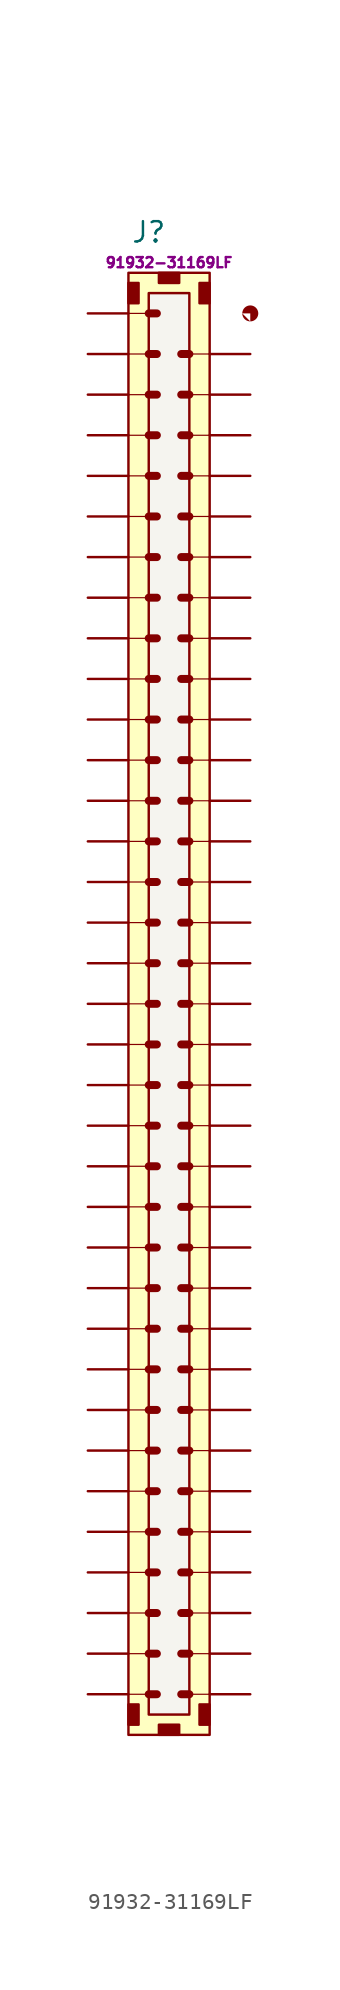
<source format=kicad_sym>
(kicad_symbol_lib
  (version 20220914)
  (generator kicad_symbol_editor)
  (symbol "91932-31169LF"
    (pin_numbers hide)
    (pin_names hide)
    (property "Reference" "J"
      (at -1.27 48.26 0)
      (effects (font (size 1.27 1.27))))
    (property "Mfr PN" "91932-31169LF"
      (at 0 46.355 0)
      (effects (font (size 0.635 0.635))))
    (symbol "91932-31169LF_1_0"
      (pin passive line (at -5.08 -38.1 0) (length 2.54) (name "37" (effects (font (size 1.27 1.27)))) (number "37" (effects (font (size 1.27 1.27)))))
      (pin passive line (at -5.08 -35.56 0) (length 2.54) (name "38" (effects (font (size 1.27 1.27)))) (number "38" (effects (font (size 1.27 1.27)))))
      (pin passive line (at -5.08 -33.02 0) (length 2.54) (name "39" (effects (font (size 1.27 1.27)))) (number "39" (effects (font (size 1.27 1.27)))))
      (pin passive line (at -5.08 -30.48 0) (length 2.54) (name "40" (effects (font (size 1.27 1.27)))) (number "40" (effects (font (size 1.27 1.27)))))
      (pin passive line (at -5.08 -27.94 0) (length 2.54) (name "41" (effects (font (size 1.27 1.27)))) (number "41" (effects (font (size 1.27 1.27)))))
      (pin passive line (at -5.08 -25.4 0) (length 2.54) (name "42" (effects (font (size 1.27 1.27)))) (number "42" (effects (font (size 1.27 1.27)))))
      (pin passive line (at -5.08 -22.86 0) (length 2.54) (name "43" (effects (font (size 1.27 1.27)))) (number "43" (effects (font (size 1.27 1.27)))))
      (pin passive line (at -5.08 -20.32 0) (length 2.54) (name "44" (effects (font (size 1.27 1.27)))) (number "44" (effects (font (size 1.27 1.27)))))
      (pin passive line (at -5.08 -17.78 0) (length 2.54) (name "45" (effects (font (size 1.27 1.27)))) (number "45" (effects (font (size 1.27 1.27)))))
      (pin passive line (at -5.08 -15.24 0) (length 2.54) (name "46" (effects (font (size 1.27 1.27)))) (number "46" (effects (font (size 1.27 1.27)))))
      (pin passive line (at -5.08 -12.7 0) (length 2.54) (name "47" (effects (font (size 1.27 1.27)))) (number "47" (effects (font (size 1.27 1.27)))))
      (pin passive line (at -5.08 -10.16 0) (length 2.54) (name "48" (effects (font (size 1.27 1.27)))) (number "48" (effects (font (size 1.27 1.27)))))
      (pin passive line (at -5.08 -7.62 0) (length 2.54) (name "49" (effects (font (size 1.27 1.27)))) (number "49" (effects (font (size 1.27 1.27)))))
      (pin passive line (at -5.08 -5.08 0) (length 2.54) (name "50" (effects (font (size 1.27 1.27)))) (number "50" (effects (font (size 1.27 1.27)))))
      (pin passive line (at -5.08 -2.54 0) (length 2.54) (name "51" (effects (font (size 1.27 1.27)))) (number "51" (effects (font (size 1.27 1.27)))))
      (pin passive line (at -5.08 0 0) (length 2.54) (name "52" (effects (font (size 1.27 1.27)))) (number "52" (effects (font (size 1.27 1.27)))))
      (pin passive line (at -5.08 2.54 0) (length 2.54) (name "53" (effects (font (size 1.27 1.27)))) (number "53" (effects (font (size 1.27 1.27)))))
      (pin passive line (at -5.08 5.08 0) (length 2.54) (name "54" (effects (font (size 1.27 1.27)))) (number "54" (effects (font (size 1.27 1.27)))))
      (pin passive line (at -5.08 7.62 0) (length 2.54) (name "55" (effects (font (size 1.27 1.27)))) (number "55" (effects (font (size 1.27 1.27)))))
      (pin passive line (at -5.08 10.16 0) (length 2.54) (name "56" (effects (font (size 1.27 1.27)))) (number "56" (effects (font (size 1.27 1.27)))))
      (pin passive line (at -5.08 12.7 0) (length 2.54) (name "57" (effects (font (size 1.27 1.27)))) (number "57" (effects (font (size 1.27 1.27)))))
      (pin passive line (at -5.08 15.24 0) (length 2.54) (name "58" (effects (font (size 1.27 1.27)))) (number "58" (effects (font (size 1.27 1.27)))))
      (pin passive line (at -5.08 17.78 0) (length 2.54) (name "59" (effects (font (size 1.27 1.27)))) (number "59" (effects (font (size 1.27 1.27)))))
      (pin passive line (at -5.08 20.32 0) (length 2.54) (name "60" (effects (font (size 1.27 1.27)))) (number "60" (effects (font (size 1.27 1.27)))))
      (pin passive line (at -5.08 22.86 0) (length 2.54) (name "61" (effects (font (size 1.27 1.27)))) (number "61" (effects (font (size 1.27 1.27)))))
      (pin passive line (at -5.08 25.4 0) (length 2.54) (name "62" (effects (font (size 1.27 1.27)))) (number "62" (effects (font (size 1.27 1.27)))))
      (pin passive line (at -5.08 27.94 0) (length 2.54) (name "63" (effects (font (size 1.27 1.27)))) (number "63" (effects (font (size 1.27 1.27)))))
      (pin passive line (at -5.08 30.48 0) (length 2.54) (name "64" (effects (font (size 1.27 1.27)))) (number "64" (effects (font (size 1.27 1.27)))))
      (pin passive line (at -5.08 33.02 0) (length 2.54) (name "65" (effects (font (size 1.27 1.27)))) (number "65" (effects (font (size 1.27 1.27)))))
      (pin passive line (at -5.08 35.56 0) (length 2.54) (name "66" (effects (font (size 1.27 1.27)))) (number "66" (effects (font (size 1.27 1.27)))))
      (pin passive line (at -5.08 38.1 0) (length 2.54) (name "67" (effects (font (size 1.27 1.27)))) (number "67" (effects (font (size 1.27 1.27)))))
      (pin passive line (at -5.08 40.64 0) (length 2.54) (name "68" (effects (font (size 1.27 1.27)))) (number "68" (effects (font (size 1.27 1.27)))))
      (pin passive line (at -5.08 43.18 0) (length 2.54) (name "69" (effects (font (size 1.27 1.27)))) (number "69" (effects (font (size 1.27 1.27))))))
    (symbol "91932-31169LF_1_1"
      (rectangle (start -2.54 45.085) (end -1.905 43.815) (stroke (width 0) (type default)) (fill (type outline)))
      (rectangle (start -2.54 45.72) (end 2.54 -45.72) (stroke (width 0) (type default)) (fill (type background)))
      (rectangle (start -1.905 -45.085) (end -2.54 -43.815) (stroke (width 0) (type default)) (fill (type outline)))
      (rectangle (start -1.27 44.45) (end 1.27 -44.45) (stroke (width 0) (type default)) (fill (type color) (color 245 244 239 1)))
      (rectangle (start -0.635 -45.72) (end 0.635 -45.085) (stroke (width 0) (type default)) (fill (type outline)))
      (polyline (pts (xy -2.54 -43.18) (xy -1.27 -43.18)) (stroke (width 0.075) (type default)) (fill (type none)))
      (polyline (pts (xy -2.54 -40.64) (xy -1.27 -40.64)) (stroke (width 0.075) (type default)) (fill (type none)))
      (polyline (pts (xy -2.54 -38.1) (xy -1.27 -38.1)) (stroke (width 0.075) (type default)) (fill (type none)))
      (polyline (pts (xy -2.54 -35.56) (xy -1.27 -35.56)) (stroke (width 0.075) (type default)) (fill (type none)))
      (polyline (pts (xy -2.54 -33.02) (xy -1.27 -33.02)) (stroke (width 0.075) (type default)) (fill (type none)))
      (polyline (pts (xy -2.54 -30.48) (xy -1.27 -30.48)) (stroke (width 0.075) (type default)) (fill (type none)))
      (polyline (pts (xy -2.54 -27.94) (xy -1.27 -27.94)) (stroke (width 0.075) (type default)) (fill (type none)))
      (polyline (pts (xy -2.54 -25.4) (xy -1.27 -25.4)) (stroke (width 0.075) (type default)) (fill (type none)))
      (polyline (pts (xy -2.54 -22.86) (xy -1.27 -22.86)) (stroke (width 0.075) (type default)) (fill (type none)))
      (polyline (pts (xy -2.54 -20.32) (xy -1.27 -20.32)) (stroke (width 0.075) (type default)) (fill (type none)))
      (polyline (pts (xy -2.54 -17.78) (xy -1.27 -17.78)) (stroke (width 0.075) (type default)) (fill (type none)))
      (polyline (pts (xy -2.54 -15.24) (xy -1.27 -15.24)) (stroke (width 0.075) (type default)) (fill (type none)))
      (polyline (pts (xy -2.54 -12.7) (xy -1.27 -12.7)) (stroke (width 0.075) (type default)) (fill (type none)))
      (polyline (pts (xy -2.54 -10.16) (xy -1.27 -10.16)) (stroke (width 0.075) (type default)) (fill (type none)))
      (polyline (pts (xy -2.54 -7.62) (xy -1.27 -7.62)) (stroke (width 0.075) (type default)) (fill (type none)))
      (polyline (pts (xy -2.54 -5.08) (xy -1.27 -5.08)) (stroke (width 0.075) (type default)) (fill (type none)))
      (polyline (pts (xy -2.54 -2.54) (xy -1.27 -2.54)) (stroke (width 0.075) (type default)) (fill (type none)))
      (polyline (pts (xy -2.54 0) (xy -1.27 0)) (stroke (width 0.075) (type default)) (fill (type none)))
      (polyline (pts (xy -2.54 2.54) (xy -1.27 2.54)) (stroke (width 0.075) (type default)) (fill (type none)))
      (polyline (pts (xy -2.54 5.08) (xy -1.27 5.08)) (stroke (width 0.075) (type default)) (fill (type none)))
      (polyline (pts (xy -2.54 7.62) (xy -1.27 7.62)) (stroke (width 0.075) (type default)) (fill (type none)))
      (polyline (pts (xy -2.54 10.16) (xy -1.27 10.16)) (stroke (width 0.075) (type default)) (fill (type none)))
      (polyline (pts (xy -2.54 12.7) (xy -1.27 12.7)) (stroke (width 0.075) (type default)) (fill (type none)))
      (polyline (pts (xy -2.54 15.24) (xy -1.27 15.24)) (stroke (width 0.075) (type default)) (fill (type none)))
      (polyline (pts (xy -2.54 17.78) (xy -1.27 17.78)) (stroke (width 0.075) (type default)) (fill (type none)))
      (polyline (pts (xy -2.54 20.32) (xy -1.27 20.32)) (stroke (width 0.075) (type default)) (fill (type none)))
      (polyline (pts (xy -2.54 22.86) (xy -1.27 22.86)) (stroke (width 0.075) (type default)) (fill (type none)))
      (polyline (pts (xy -2.54 25.4) (xy -1.27 25.4)) (stroke (width 0.075) (type default)) (fill (type none)))
      (polyline (pts (xy -2.54 27.94) (xy -1.27 27.94)) (stroke (width 0.075) (type default)) (fill (type none)))
      (polyline (pts (xy -2.54 30.48) (xy -1.27 30.48)) (stroke (width 0.075) (type default)) (fill (type none)))
      (polyline (pts (xy -2.54 33.02) (xy -1.27 33.02)) (stroke (width 0.075) (type default)) (fill (type none)))
      (polyline (pts (xy -2.54 35.56) (xy -1.27 35.56)) (stroke (width 0.075) (type default)) (fill (type none)))
      (polyline (pts (xy -2.54 38.1) (xy -1.27 38.1)) (stroke (width 0.075) (type default)) (fill (type none)))
      (polyline (pts (xy -2.54 40.64) (xy -1.27 40.64)) (stroke (width 0.075) (type default)) (fill (type none)))
      (polyline (pts (xy -2.54 43.18) (xy -1.27 43.18)) (stroke (width 0.075) (type default)) (fill (type none)))
      (polyline (pts (xy -1.27 -43.18) (xy -0.762 -43.18)) (stroke (width 0.5) (type default)) (fill (type none)))
      (polyline (pts (xy -1.27 -40.64) (xy -0.762 -40.64)) (stroke (width 0.5) (type default)) (fill (type none)))
      (polyline (pts (xy -1.27 -38.1) (xy -0.762 -38.1)) (stroke (width 0.5) (type default)) (fill (type none)))
      (polyline (pts (xy -1.27 -35.56) (xy -0.762 -35.56)) (stroke (width 0.5) (type default)) (fill (type none)))
      (polyline (pts (xy -1.27 -33.02) (xy -0.762 -33.02)) (stroke (width 0.5) (type default)) (fill (type none)))
      (polyline (pts (xy -1.27 -30.48) (xy -0.762 -30.48)) (stroke (width 0.5) (type default)) (fill (type none)))
      (polyline (pts (xy -1.27 -27.94) (xy -0.762 -27.94)) (stroke (width 0.5) (type default)) (fill (type none)))
      (polyline (pts (xy -1.27 -25.4) (xy -0.762 -25.4)) (stroke (width 0.5) (type default)) (fill (type none)))
      (polyline (pts (xy -1.27 -22.86) (xy -0.762 -22.86)) (stroke (width 0.5) (type default)) (fill (type none)))
      (polyline (pts (xy -1.27 -20.32) (xy -0.762 -20.32)) (stroke (width 0.5) (type default)) (fill (type none)))
      (polyline (pts (xy -1.27 -17.78) (xy -0.762 -17.78)) (stroke (width 0.5) (type default)) (fill (type none)))
      (polyline (pts (xy -1.27 -15.24) (xy -0.762 -15.24)) (stroke (width 0.5) (type default)) (fill (type none)))
      (polyline (pts (xy -1.27 -12.7) (xy -0.762 -12.7)) (stroke (width 0.5) (type default)) (fill (type none)))
      (polyline (pts (xy -1.27 -10.16) (xy -0.762 -10.16)) (stroke (width 0.5) (type default)) (fill (type none)))
      (polyline (pts (xy -1.27 -7.62) (xy -0.762 -7.62)) (stroke (width 0.5) (type default)) (fill (type none)))
      (polyline (pts (xy -1.27 -5.08) (xy -0.762 -5.08)) (stroke (width 0.5) (type default)) (fill (type none)))
      (polyline (pts (xy -1.27 -2.54) (xy -0.762 -2.54)) (stroke (width 0.5) (type default)) (fill (type none)))
      (polyline (pts (xy -1.27 0) (xy -0.762 0)) (stroke (width 0.5) (type default)) (fill (type none)))
      (polyline (pts (xy -1.27 2.54) (xy -0.762 2.54)) (stroke (width 0.5) (type default)) (fill (type none)))
      (polyline (pts (xy -1.27 5.08) (xy -0.762 5.08)) (stroke (width 0.5) (type default)) (fill (type none)))
      (polyline (pts (xy -1.27 7.62) (xy -0.762 7.62)) (stroke (width 0.5) (type default)) (fill (type none)))
      (polyline (pts (xy -1.27 10.16) (xy -0.762 10.16)) (stroke (width 0.5) (type default)) (fill (type none)))
      (polyline (pts (xy -1.27 12.7) (xy -0.762 12.7)) (stroke (width 0.5) (type default)) (fill (type none)))
      (polyline (pts (xy -1.27 15.24) (xy -0.762 15.24)) (stroke (width 0.5) (type default)) (fill (type none)))
      (polyline (pts (xy -1.27 17.78) (xy -0.762 17.78)) (stroke (width 0.5) (type default)) (fill (type none)))
      (polyline (pts (xy -1.27 20.32) (xy -0.762 20.32)) (stroke (width 0.5) (type default)) (fill (type none)))
      (polyline (pts (xy -1.27 22.86) (xy -0.762 22.86)) (stroke (width 0.5) (type default)) (fill (type none)))
      (polyline (pts (xy -1.27 25.4) (xy -0.762 25.4)) (stroke (width 0.5) (type default)) (fill (type none)))
      (polyline (pts (xy -1.27 27.94) (xy -0.762 27.94)) (stroke (width 0.5) (type default)) (fill (type none)))
      (polyline (pts (xy -1.27 30.48) (xy -0.762 30.48)) (stroke (width 0.5) (type default)) (fill (type none)))
      (polyline (pts (xy -1.27 33.02) (xy -0.762 33.02)) (stroke (width 0.5) (type default)) (fill (type none)))
      (polyline (pts (xy -1.27 35.56) (xy -0.762 35.56)) (stroke (width 0.5) (type default)) (fill (type none)))
      (polyline (pts (xy -1.27 38.1) (xy -0.762 38.1)) (stroke (width 0.5) (type default)) (fill (type none)))
      (polyline (pts (xy -1.27 40.64) (xy -0.762 40.64)) (stroke (width 0.5) (type default)) (fill (type none)))
      (polyline (pts (xy -1.27 43.18) (xy -0.762 43.18)) (stroke (width 0.5) (type default)) (fill (type none)))
      (polyline (pts (xy 1.27 -43.18) (xy 0.762 -43.18)) (stroke (width 0.5) (type default)) (fill (type none)))
      (polyline (pts (xy 1.27 -40.64) (xy 0.762 -40.64)) (stroke (width 0.5) (type default)) (fill (type none)))
      (polyline (pts (xy 1.27 -38.1) (xy 0.762 -38.1)) (stroke (width 0.5) (type default)) (fill (type none)))
      (polyline (pts (xy 1.27 -35.56) (xy 0.762 -35.56)) (stroke (width 0.5) (type default)) (fill (type none)))
      (polyline (pts (xy 1.27 -33.02) (xy 0.762 -33.02)) (stroke (width 0.5) (type default)) (fill (type none)))
      (polyline (pts (xy 1.27 -30.48) (xy 0.762 -30.48)) (stroke (width 0.5) (type default)) (fill (type none)))
      (polyline (pts (xy 1.27 -27.94) (xy 0.762 -27.94)) (stroke (width 0.5) (type default)) (fill (type none)))
      (polyline (pts (xy 1.27 -25.4) (xy 0.762 -25.4)) (stroke (width 0.5) (type default)) (fill (type none)))
      (polyline (pts (xy 1.27 -22.86) (xy 0.762 -22.86)) (stroke (width 0.5) (type default)) (fill (type none)))
      (polyline (pts (xy 1.27 -20.32) (xy 0.762 -20.32)) (stroke (width 0.5) (type default)) (fill (type none)))
      (polyline (pts (xy 1.27 -17.78) (xy 0.762 -17.78)) (stroke (width 0.5) (type default)) (fill (type none)))
      (polyline (pts (xy 1.27 -15.24) (xy 0.762 -15.24)) (stroke (width 0.5) (type default)) (fill (type none)))
      (polyline (pts (xy 1.27 -12.7) (xy 0.762 -12.7)) (stroke (width 0.5) (type default)) (fill (type none)))
      (polyline (pts (xy 1.27 -10.16) (xy 0.762 -10.16)) (stroke (width 0.5) (type default)) (fill (type none)))
      (polyline (pts (xy 1.27 -7.62) (xy 0.762 -7.62)) (stroke (width 0.5) (type default)) (fill (type none)))
      (polyline (pts (xy 1.27 -5.08) (xy 0.762 -5.08)) (stroke (width 0.5) (type default)) (fill (type none)))
      (polyline (pts (xy 1.27 -2.54) (xy 0.762 -2.54)) (stroke (width 0.5) (type default)) (fill (type none)))
      (polyline (pts (xy 1.27 0) (xy 0.762 0)) (stroke (width 0.5) (type default)) (fill (type none)))
      (polyline (pts (xy 1.27 2.54) (xy 0.762 2.54)) (stroke (width 0.5) (type default)) (fill (type none)))
      (polyline (pts (xy 1.27 5.08) (xy 0.762 5.08)) (stroke (width 0.5) (type default)) (fill (type none)))
      (polyline (pts (xy 1.27 7.62) (xy 0.762 7.62)) (stroke (width 0.5) (type default)) (fill (type none)))
      (polyline (pts (xy 1.27 10.16) (xy 0.762 10.16)) (stroke (width 0.5) (type default)) (fill (type none)))
      (polyline (pts (xy 1.27 12.7) (xy 0.762 12.7)) (stroke (width 0.5) (type default)) (fill (type none)))
      (polyline (pts (xy 1.27 15.24) (xy 0.762 15.24)) (stroke (width 0.5) (type default)) (fill (type none)))
      (polyline (pts (xy 1.27 17.78) (xy 0.762 17.78)) (stroke (width 0.5) (type default)) (fill (type none)))
      (polyline (pts (xy 1.27 20.32) (xy 0.762 20.32)) (stroke (width 0.5) (type default)) (fill (type none)))
      (polyline (pts (xy 1.27 22.86) (xy 0.762 22.86)) (stroke (width 0.5) (type default)) (fill (type none)))
      (polyline (pts (xy 1.27 25.4) (xy 0.762 25.4)) (stroke (width 0.5) (type default)) (fill (type none)))
      (polyline (pts (xy 1.27 27.94) (xy 0.762 27.94)) (stroke (width 0.5) (type default)) (fill (type none)))
      (polyline (pts (xy 1.27 30.48) (xy 0.762 30.48)) (stroke (width 0.5) (type default)) (fill (type none)))
      (polyline (pts (xy 1.27 33.02) (xy 0.762 33.02)) (stroke (width 0.5) (type default)) (fill (type none)))
      (polyline (pts (xy 1.27 35.56) (xy 0.762 35.56)) (stroke (width 0.5) (type default)) (fill (type none)))
      (polyline (pts (xy 1.27 38.1) (xy 0.762 38.1)) (stroke (width 0.5) (type default)) (fill (type none)))
      (polyline (pts (xy 1.27 40.64) (xy 0.762 40.64)) (stroke (width 0.5) (type default)) (fill (type none)))
      (polyline (pts (xy 2.54 -43.18) (xy 1.27 -43.18)) (stroke (width 0.075) (type default)) (fill (type none)))
      (polyline (pts (xy 2.54 -40.64) (xy 1.27 -40.64)) (stroke (width 0.075) (type default)) (fill (type none)))
      (polyline (pts (xy 2.54 -38.1) (xy 1.27 -38.1)) (stroke (width 0.075) (type default)) (fill (type none)))
      (polyline (pts (xy 2.54 -35.56) (xy 1.27 -35.56)) (stroke (width 0.075) (type default)) (fill (type none)))
      (polyline (pts (xy 2.54 -33.02) (xy 1.27 -33.02)) (stroke (width 0.075) (type default)) (fill (type none)))
      (polyline (pts (xy 2.54 -30.48) (xy 1.27 -30.48)) (stroke (width 0.075) (type default)) (fill (type none)))
      (polyline (pts (xy 2.54 -27.94) (xy 1.27 -27.94)) (stroke (width 0.075) (type default)) (fill (type none)))
      (polyline (pts (xy 2.54 -25.4) (xy 1.27 -25.4)) (stroke (width 0.075) (type default)) (fill (type none)))
      (polyline (pts (xy 2.54 -22.86) (xy 1.27 -22.86)) (stroke (width 0.075) (type default)) (fill (type none)))
      (polyline (pts (xy 2.54 -20.32) (xy 1.27 -20.32)) (stroke (width 0.075) (type default)) (fill (type none)))
      (polyline (pts (xy 2.54 -17.78) (xy 1.27 -17.78)) (stroke (width 0.075) (type default)) (fill (type none)))
      (polyline (pts (xy 2.54 -15.24) (xy 1.27 -15.24)) (stroke (width 0.075) (type default)) (fill (type none)))
      (polyline (pts (xy 2.54 -12.7) (xy 1.27 -12.7)) (stroke (width 0.075) (type default)) (fill (type none)))
      (polyline (pts (xy 2.54 -10.16) (xy 1.27 -10.16)) (stroke (width 0.075) (type default)) (fill (type none)))
      (polyline (pts (xy 2.54 -7.62) (xy 1.27 -7.62)) (stroke (width 0.075) (type default)) (fill (type none)))
      (polyline (pts (xy 2.54 -5.08) (xy 1.27 -5.08)) (stroke (width 0.075) (type default)) (fill (type none)))
      (polyline (pts (xy 2.54 -2.54) (xy 1.27 -2.54)) (stroke (width 0.075) (type default)) (fill (type none)))
      (polyline (pts (xy 2.54 0) (xy 1.27 0)) (stroke (width 0.075) (type default)) (fill (type none)))
      (polyline (pts (xy 2.54 2.54) (xy 1.27 2.54)) (stroke (width 0.075) (type default)) (fill (type none)))
      (polyline (pts (xy 2.54 5.08) (xy 1.27 5.08)) (stroke (width 0.075) (type default)) (fill (type none)))
      (polyline (pts (xy 2.54 7.62) (xy 1.27 7.62)) (stroke (width 0.075) (type default)) (fill (type none)))
      (polyline (pts (xy 2.54 10.16) (xy 1.27 10.16)) (stroke (width 0.075) (type default)) (fill (type none)))
      (polyline (pts (xy 2.54 12.7) (xy 1.27 12.7)) (stroke (width 0.075) (type default)) (fill (type none)))
      (polyline (pts (xy 2.54 15.24) (xy 1.27 15.24)) (stroke (width 0.075) (type default)) (fill (type none)))
      (polyline (pts (xy 2.54 17.78) (xy 1.27 17.78)) (stroke (width 0.075) (type default)) (fill (type none)))
      (polyline (pts (xy 2.54 20.32) (xy 1.27 20.32)) (stroke (width 0.075) (type default)) (fill (type none)))
      (polyline (pts (xy 2.54 22.86) (xy 1.27 22.86)) (stroke (width 0.075) (type default)) (fill (type none)))
      (polyline (pts (xy 2.54 25.4) (xy 1.27 25.4)) (stroke (width 0.075) (type default)) (fill (type none)))
      (polyline (pts (xy 2.54 27.94) (xy 1.27 27.94)) (stroke (width 0.075) (type default)) (fill (type none)))
      (polyline (pts (xy 2.54 30.48) (xy 1.27 30.48)) (stroke (width 0.075) (type default)) (fill (type none)))
      (polyline (pts (xy 2.54 33.02) (xy 1.27 33.02)) (stroke (width 0.075) (type default)) (fill (type none)))
      (polyline (pts (xy 2.54 35.56) (xy 1.27 35.56)) (stroke (width 0.075) (type default)) (fill (type none)))
      (polyline (pts (xy 2.54 38.1) (xy 1.27 38.1)) (stroke (width 0.075) (type default)) (fill (type none)))
      (polyline (pts (xy 2.54 40.64) (xy 1.27 40.64)) (stroke (width 0.075) (type default)) (fill (type none)))
      (rectangle (start 0.635 45.72) (end -0.635 45.085) (stroke (width 0) (type default)) (fill (type outline)))
      (rectangle (start 1.905 45.085) (end 2.54 43.815) (stroke (width 0) (type default)) (fill (type outline)))
      (rectangle (start 2.54 -45.085) (end 1.905 -43.815) (stroke (width 0) (type default)) (fill (type outline)))
      (circle (center 5.08 43.18) (radius 0.0001) (stroke (width 1) (type default)) (fill (type outline)))
      (pin passive line (at 5.08 40.64 180) (length 2.54) (name "1" (effects (font (size 1.27 1.27)))) (number "1" (effects (font (size 1.27 1.27)))))
      (pin passive line (at 5.08 17.78 180) (length 2.54) (name "10" (effects (font (size 1.27 1.27)))) (number "10" (effects (font (size 1.27 1.27)))))
      (pin passive line (at 5.08 15.24 180) (length 2.54) (name "11" (effects (font (size 1.27 1.27)))) (number "11" (effects (font (size 1.27 1.27)))))
      (pin passive line (at 5.08 12.7 180) (length 2.54) (name "12" (effects (font (size 1.27 1.27)))) (number "12" (effects (font (size 1.27 1.27)))))
      (pin passive line (at 5.08 10.16 180) (length 2.54) (name "13" (effects (font (size 1.27 1.27)))) (number "13" (effects (font (size 1.27 1.27)))))
      (pin passive line (at 5.08 7.62 180) (length 2.54) (name "14" (effects (font (size 1.27 1.27)))) (number "14" (effects (font (size 1.27 1.27)))))
      (pin passive line (at 5.08 5.08 180) (length 2.54) (name "15" (effects (font (size 1.27 1.27)))) (number "15" (effects (font (size 1.27 1.27)))))
      (pin passive line (at 5.08 2.54 180) (length 2.54) (name "16" (effects (font (size 1.27 1.27)))) (number "16" (effects (font (size 1.27 1.27)))))
      (pin passive line (at 5.08 0 180) (length 2.54) (name "17" (effects (font (size 1.27 1.27)))) (number "17" (effects (font (size 1.27 1.27)))))
      (pin passive line (at 5.08 -2.54 180) (length 2.54) (name "18" (effects (font (size 1.27 1.27)))) (number "18" (effects (font (size 1.27 1.27)))))
      (pin passive line (at 5.08 -5.08 180) (length 2.54) (name "19" (effects (font (size 1.27 1.27)))) (number "19" (effects (font (size 1.27 1.27)))))
      (pin passive line (at 5.08 38.1 180) (length 2.54) (name "2" (effects (font (size 1.27 1.27)))) (number "2" (effects (font (size 1.27 1.27)))))
      (pin passive line (at 5.08 -7.62 180) (length 2.54) (name "20" (effects (font (size 1.27 1.27)))) (number "20" (effects (font (size 1.27 1.27)))))
      (pin passive line (at 5.08 -10.16 180) (length 2.54) (name "21" (effects (font (size 1.27 1.27)))) (number "21" (effects (font (size 1.27 1.27)))))
      (pin passive line (at 5.08 -12.7 180) (length 2.54) (name "22" (effects (font (size 1.27 1.27)))) (number "22" (effects (font (size 1.27 1.27)))))
      (pin passive line (at 5.08 -15.24 180) (length 2.54) (name "23" (effects (font (size 1.27 1.27)))) (number "23" (effects (font (size 1.27 1.27)))))
      (pin passive line (at 5.08 -17.78 180) (length 2.54) (name "24" (effects (font (size 1.27 1.27)))) (number "24" (effects (font (size 1.27 1.27)))))
      (pin passive line (at 5.08 -20.32 180) (length 2.54) (name "25" (effects (font (size 1.27 1.27)))) (number "25" (effects (font (size 1.27 1.27)))))
      (pin passive line (at 5.08 -22.86 180) (length 2.54) (name "26" (effects (font (size 1.27 1.27)))) (number "26" (effects (font (size 1.27 1.27)))))
      (pin passive line (at 5.08 -25.4 180) (length 2.54) (name "27" (effects (font (size 1.27 1.27)))) (number "27" (effects (font (size 1.27 1.27)))))
      (pin passive line (at 5.08 -27.94 180) (length 2.54) (name "28" (effects (font (size 1.27 1.27)))) (number "28" (effects (font (size 1.27 1.27)))))
      (pin passive line (at 5.08 -30.48 180) (length 2.54) (name "29" (effects (font (size 1.27 1.27)))) (number "29" (effects (font (size 1.27 1.27)))))
      (pin passive line (at 5.08 35.56 180) (length 2.54) (name "3" (effects (font (size 1.27 1.27)))) (number "3" (effects (font (size 1.27 1.27)))))
      (pin passive line (at 5.08 -33.02 180) (length 2.54) (name "30" (effects (font (size 1.27 1.27)))) (number "30" (effects (font (size 1.27 1.27)))))
      (pin passive line (at 5.08 -35.56 180) (length 2.54) (name "31" (effects (font (size 1.27 1.27)))) (number "31" (effects (font (size 1.27 1.27)))))
      (pin passive line (at 5.08 -38.1 180) (length 2.54) (name "32" (effects (font (size 1.27 1.27)))) (number "32" (effects (font (size 1.27 1.27)))))
      (pin passive line (at 5.08 -40.64 180) (length 2.54) (name "33" (effects (font (size 1.27 1.27)))) (number "33" (effects (font (size 1.27 1.27)))))
      (pin passive line (at 5.08 -43.18 180) (length 2.54) (name "34" (effects (font (size 1.27 1.27)))) (number "34" (effects (font (size 1.27 1.27)))))
      (pin passive line (at -5.08 -43.18 0) (length 2.54) (name "35" (effects (font (size 1.27 1.27)))) (number "35" (effects (font (size 1.27 1.27)))))
      (pin passive line (at -5.08 -40.64 0) (length 2.54) (name "36" (effects (font (size 1.27 1.27)))) (number "36" (effects (font (size 1.27 1.27)))))
      (pin passive line (at 5.08 33.02 180) (length 2.54) (name "4" (effects (font (size 1.27 1.27)))) (number "4" (effects (font (size 1.27 1.27)))))
      (pin passive line (at 5.08 30.48 180) (length 2.54) (name "5" (effects (font (size 1.27 1.27)))) (number "5" (effects (font (size 1.27 1.27)))))
      (pin passive line (at 5.08 27.94 180) (length 2.54) (name "6" (effects (font (size 1.27 1.27)))) (number "6" (effects (font (size 1.27 1.27)))))
      (pin passive line (at 5.08 25.4 180) (length 2.54) (name "7" (effects (font (size 1.27 1.27)))) (number "7" (effects (font (size 1.27 1.27)))))
      (pin passive line (at 5.08 22.86 180) (length 2.54) (name "8" (effects (font (size 1.27 1.27)))) (number "8" (effects (font (size 1.27 1.27)))))
      (pin passive line (at 5.08 20.32 180) (length 2.54) (name "9" (effects (font (size 1.27 1.27)))) (number "9" (effects (font (size 1.27 1.27))))))))
</source>
